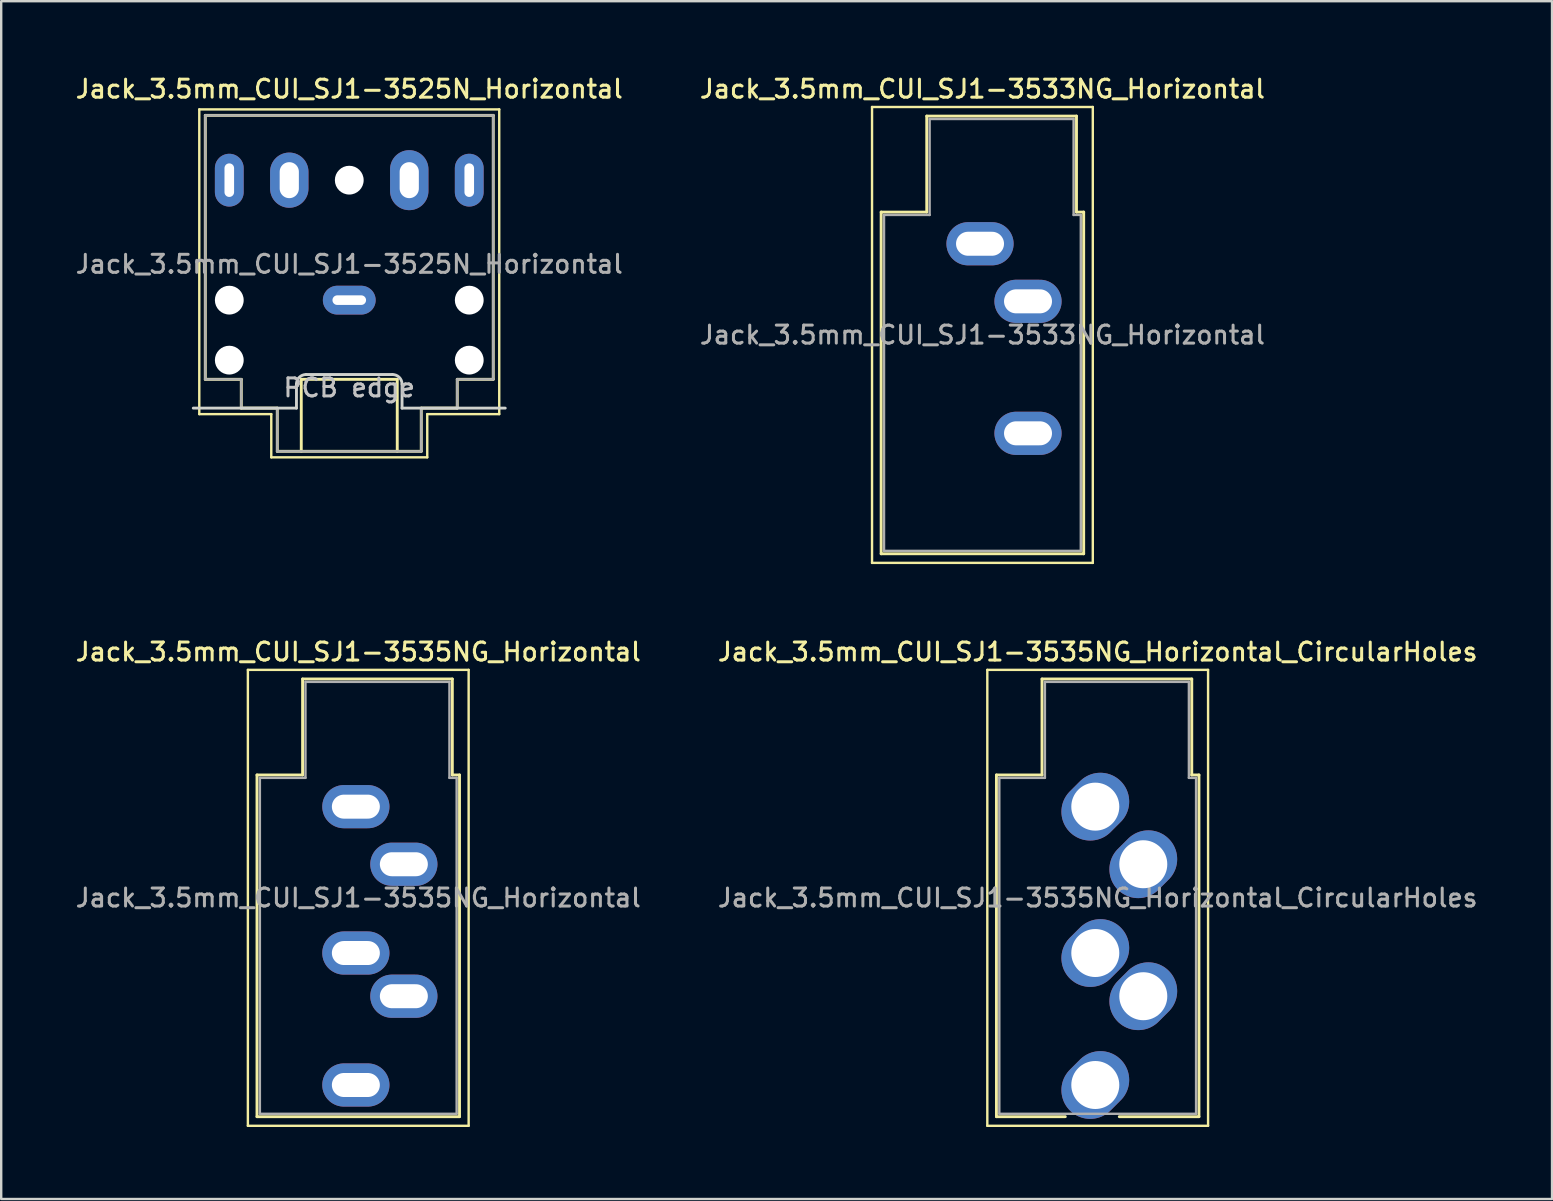
<source format=kicad_pcb>
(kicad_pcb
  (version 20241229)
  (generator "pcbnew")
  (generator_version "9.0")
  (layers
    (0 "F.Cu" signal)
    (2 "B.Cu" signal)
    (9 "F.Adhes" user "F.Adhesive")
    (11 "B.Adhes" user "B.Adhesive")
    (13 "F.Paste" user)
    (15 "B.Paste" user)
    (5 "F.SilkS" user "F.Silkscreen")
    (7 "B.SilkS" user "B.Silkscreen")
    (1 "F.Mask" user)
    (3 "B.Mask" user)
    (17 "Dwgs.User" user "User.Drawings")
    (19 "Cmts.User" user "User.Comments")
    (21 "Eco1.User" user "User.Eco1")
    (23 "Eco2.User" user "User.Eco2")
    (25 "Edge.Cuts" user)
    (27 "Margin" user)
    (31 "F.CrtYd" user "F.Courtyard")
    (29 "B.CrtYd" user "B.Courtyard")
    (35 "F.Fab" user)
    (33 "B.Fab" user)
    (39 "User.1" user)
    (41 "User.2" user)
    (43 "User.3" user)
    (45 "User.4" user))
  (footprint "Jack_3.5mm_CUI_SJ1-3535NG_Horizontal"
    (layer "F.Cu")
    (at 11.78 30.566)
    (property "Reference" "Jack_3.5mm_CUI_SJ1-3535NG_Horizontal" (at 0.1 -6.45 0) (layer "F.SilkS") (effects (font (size 0.75 0.75) (thickness 0.125))))
    (attr through_hole)
    (fp_line (start -4.5 -5.7) (end -4.5 13.3) (stroke (width 0.1) (type solid)) (layer "F.SilkS"))
    (fp_line (start -4.5 13.3) (end 4.7 13.3) (stroke (width 0.1) (type solid)) (layer "F.SilkS"))
    (fp_line (start -4.12 -1.32) (end -2.22 -1.32) (stroke (width 0.12) (type solid)) (layer "F.SilkS"))
    (fp_line (start -4.12 12.92) (end -4.12 -1.32) (stroke (width 0.12) (type solid)) (layer "F.SilkS"))
    (fp_line (start -2.22 -5.32) (end 4.02 -5.32) (stroke (width 0.12) (type solid)) (layer "F.SilkS"))
    (fp_line (start -2.22 -1.32) (end -2.22 -5.32) (stroke (width 0.12) (type solid)) (layer "F.SilkS"))
    (fp_line (start 4.02 -5.32) (end 4.02 -1.32) (stroke (width 0.12) (type solid)) (layer "F.SilkS"))
    (fp_line (start 4.02 -1.32) (end 4.32 -1.32) (stroke (width 0.12) (type solid)) (layer "F.SilkS"))
    (fp_line (start 4.32 -1.32) (end 4.32 12.92) (stroke (width 0.12) (type solid)) (layer "F.SilkS"))
    (fp_line (start 4.32 12.92) (end -4.12 12.92) (stroke (width 0.12) (type solid)) (layer "F.SilkS"))
    (fp_line (start 4.7 -5.7) (end -4.5 -5.7) (stroke (width 0.1) (type solid)) (layer "F.SilkS"))
    (fp_line (start 4.7 13.3) (end 4.7 -5.7) (stroke (width 0.1) (type solid)) (layer "F.SilkS"))
    (fp_line (start -4 -1.2) (end -2.1 -1.2) (stroke (width 0.1) (type solid)) (layer "F.Fab"))
    (fp_line (start -4 12.8) (end -4 -1.2) (stroke (width 0.1) (type solid)) (layer "F.Fab"))
    (fp_line (start -2.1 -5.2) (end 3.9 -5.2) (stroke (width 0.1) (type solid)) (layer "F.Fab"))
    (fp_line (start -2.1 -1.2) (end -2.1 -5.2) (stroke (width 0.1) (type solid)) (layer "F.Fab"))
    (fp_line (start 3.9 -5.2) (end 3.9 -1.2) (stroke (width 0.1) (type solid)) (layer "F.Fab"))
    (fp_line (start 3.9 -1.2) (end 4.2 -1.2) (stroke (width 0.1) (type solid)) (layer "F.Fab"))
    (fp_line (start 4.2 -1.2) (end 4.2 12.8) (stroke (width 0.1) (type solid)) (layer "F.Fab"))
    (fp_line (start 4.2 12.8) (end -4 12.8) (stroke (width 0.1) (type solid)) (layer "F.Fab"))
    (fp_text user "${REFERENCE}" (at 0.1 3.8 0) (layer "F.Fab") (effects (font (size 0.75 0.75) (thickness 0.125))))
    (pad "R" thru_hole oval (at 2 7.9) (size 2.8 1.8) (drill oval 2 1) (layers "*.Cu" "*.Mask"))
    (pad "RN" thru_hole oval (at 0 6.1) (size 2.8 1.8) (drill oval 2 1) (layers "*.Cu" "*.Mask"))
    (pad "S" thru_hole oval (at 0 0) (size 2.8 1.8) (drill oval 2 1) (layers "*.Cu" "*.Mask"))
    (pad "T" thru_hole oval (at 2 2.4) (size 2.8 1.8) (drill oval 2 1) (layers "*.Cu" "*.Mask"))
    (pad "TN" thru_hole oval (at 0 11.6) (size 2.8 1.8) (drill oval 2 1) (layers "*.Cu" "*.Mask")))
  (footprint "Jack_3.5mm_CUI_SJ1-3535NG_Horizontal_CircularHoles"
    (layer "F.Cu")
    (at 42.595 30.566)
    (property "Reference" "Jack_3.5mm_CUI_SJ1-3535NG_Horizontal_CircularHoles" (at 0.1 -6.45 0) (layer "F.SilkS") (effects (font (size 0.75 0.75) (thickness 0.125))))
    (attr through_hole)
    (fp_line (start -4.5 -5.7) (end -4.5 13.3) (stroke (width 0.1) (type solid)) (layer "F.SilkS"))
    (fp_line (start -4.5 13.3) (end 4.7 13.3) (stroke (width 0.1) (type solid)) (layer "F.SilkS"))
    (fp_line (start -4.12 -1.32) (end -2.22 -1.32) (stroke (width 0.12) (type solid)) (layer "F.SilkS"))
    (fp_line (start -4.12 12.92) (end -4.12 -1.32) (stroke (width 0.12) (type solid)) (layer "F.SilkS"))
    (fp_line (start -2.22 -5.32) (end 4.02 -5.32) (stroke (width 0.12) (type solid)) (layer "F.SilkS"))
    (fp_line (start -2.22 -1.32) (end -2.22 -5.32) (stroke (width 0.12) (type solid)) (layer "F.SilkS"))
    (fp_line (start -1.25 12.92) (end -4.12 12.92) (stroke (width 0.12) (type solid)) (layer "F.SilkS"))
    (fp_line (start 4.02 -5.32) (end 4.02 -1.32) (stroke (width 0.12) (type solid)) (layer "F.SilkS"))
    (fp_line (start 4.02 -1.32) (end 4.32 -1.32) (stroke (width 0.12) (type solid)) (layer "F.SilkS"))
    (fp_line (start 4.32 -1.32) (end 4.32 12.92) (stroke (width 0.12) (type solid)) (layer "F.SilkS"))
    (fp_line (start 4.32 12.92) (end 1 12.92) (stroke (width 0.12) (type solid)) (layer "F.SilkS"))
    (fp_line (start 4.7 -5.7) (end -4.5 -5.7) (stroke (width 0.1) (type solid)) (layer "F.SilkS"))
    (fp_line (start 4.7 13.3) (end 4.7 -5.7) (stroke (width 0.1) (type solid)) (layer "F.SilkS"))
    (fp_line (start -4 -1.2) (end -2.1 -1.2) (stroke (width 0.1) (type solid)) (layer "F.Fab"))
    (fp_line (start -4 12.8) (end -4 -1.2) (stroke (width 0.1) (type solid)) (layer "F.Fab"))
    (fp_line (start -2.1 -5.2) (end 3.9 -5.2) (stroke (width 0.1) (type solid)) (layer "F.Fab"))
    (fp_line (start -2.1 -1.2) (end -2.1 -5.2) (stroke (width 0.1) (type solid)) (layer "F.Fab"))
    (fp_line (start 3.9 -5.2) (end 3.9 -1.2) (stroke (width 0.1) (type solid)) (layer "F.Fab"))
    (fp_line (start 3.9 -1.2) (end 4.2 -1.2) (stroke (width 0.1) (type solid)) (layer "F.Fab"))
    (fp_line (start 4.2 -1.2) (end 4.2 12.8) (stroke (width 0.1) (type solid)) (layer "F.Fab"))
    (fp_line (start 4.2 12.8) (end -4 12.8) (stroke (width 0.1) (type solid)) (layer "F.Fab"))
    (fp_text user "${REFERENCE}" (at 0.1 3.8 0) (layer "F.Fab") (effects (font (size 0.75 0.75) (thickness 0.125))))
    (pad "R" thru_hole oval (at 2 7.9 45) (size 3 2.4) (drill 2) (layers "*.Cu" "*.Mask"))
    (pad "RN" thru_hole oval (at 0 6.1 45) (size 3 2.4) (drill 2) (layers "*.Cu" "*.Mask"))
    (pad "S" thru_hole oval (at 0 0 45) (size 3 2.4) (drill 2) (layers "*.Cu" "*.Mask"))
    (pad "T" thru_hole oval (at 2 2.4 45) (size 3 2.4) (drill 2) (layers "*.Cu" "*.Mask"))
    (pad "TN" thru_hole oval (at 0 11.6 45) (size 3 2.4) (drill 2) (layers "*.Cu" "*.Mask")))
  (footprint "Jack_3.5mm_CUI_SJ1-3533NG_Horizontal"
    (layer "F.Cu")
    (at 37.791 7.108)
    (property "Reference" "Jack_3.5mm_CUI_SJ1-3533NG_Horizontal" (at 0.1 -6.45 0) (layer "F.SilkS") (effects (font (size 0.75 0.75) (thickness 0.125))))
    (attr through_hole)
    (fp_line (start -4.5 -5.7) (end -4.5 13.3) (stroke (width 0.1) (type solid)) (layer "F.SilkS"))
    (fp_line (start -4.5 13.3) (end 4.7 13.3) (stroke (width 0.1) (type solid)) (layer "F.SilkS"))
    (fp_line (start -4.12 -1.32) (end -2.22 -1.32) (stroke (width 0.12) (type solid)) (layer "F.SilkS"))
    (fp_line (start -4.12 12.92) (end -4.12 -1.32) (stroke (width 0.12) (type solid)) (layer "F.SilkS"))
    (fp_line (start -2.22 -5.32) (end 4.02 -5.32) (stroke (width 0.12) (type solid)) (layer "F.SilkS"))
    (fp_line (start -2.22 -1.32) (end -2.22 -5.32) (stroke (width 0.12) (type solid)) (layer "F.SilkS"))
    (fp_line (start 4.02 -5.32) (end 4.02 -1.32) (stroke (width 0.12) (type solid)) (layer "F.SilkS"))
    (fp_line (start 4.02 -1.32) (end 4.32 -1.32) (stroke (width 0.12) (type solid)) (layer "F.SilkS"))
    (fp_line (start 4.32 -1.32) (end 4.32 12.92) (stroke (width 0.12) (type solid)) (layer "F.SilkS"))
    (fp_line (start 4.32 12.92) (end -4.12 12.92) (stroke (width 0.12) (type solid)) (layer "F.SilkS"))
    (fp_line (start 4.7 -5.7) (end -4.5 -5.7) (stroke (width 0.1) (type solid)) (layer "F.SilkS"))
    (fp_line (start 4.7 13.3) (end 4.7 -5.7) (stroke (width 0.1) (type solid)) (layer "F.SilkS"))
    (fp_line (start -4 -1.2) (end -2.1 -1.2) (stroke (width 0.1) (type solid)) (layer "F.Fab"))
    (fp_line (start -4 12.8) (end -4 -1.2) (stroke (width 0.1) (type solid)) (layer "F.Fab"))
    (fp_line (start -2.1 -5.2) (end 3.9 -5.2) (stroke (width 0.1) (type solid)) (layer "F.Fab"))
    (fp_line (start -2.1 -1.2) (end -2.1 -5.2) (stroke (width 0.1) (type solid)) (layer "F.Fab"))
    (fp_line (start 3.9 -5.2) (end 3.9 -1.2) (stroke (width 0.1) (type solid)) (layer "F.Fab"))
    (fp_line (start 3.9 -1.2) (end 4.2 -1.2) (stroke (width 0.1) (type solid)) (layer "F.Fab"))
    (fp_line (start 4.2 -1.2) (end 4.2 12.8) (stroke (width 0.1) (type solid)) (layer "F.Fab"))
    (fp_line (start 4.2 12.8) (end -4 12.8) (stroke (width 0.1) (type solid)) (layer "F.Fab"))
    (fp_text user "${REFERENCE}" (at 0.1 3.8 0) (layer "F.Fab") (effects (font (size 0.75 0.75) (thickness 0.125))))
    (pad "R" thru_hole oval (at 2 7.9) (size 2.8 1.8) (drill oval 2 1) (layers "*.Cu" "*.Mask"))
    (pad "S" thru_hole oval (at 0 0) (size 2.8 1.8) (drill oval 2 1) (layers "*.Cu" "*.Mask"))
    (pad "T" thru_hole oval (at 2 2.4) (size 2.8 1.8) (drill oval 2 1) (layers "*.Cu" "*.Mask")))
  (footprint "Jack_3.5mm_CUI_SJ1-3525N_Horizontal"
    (layer "F.Cu")
    (at 11.505 9.458)
    (property "Reference" "Jack_3.5mm_CUI_SJ1-3525N_Horizontal" (at 0 -8.8 0) (layer "F.SilkS") (effects (font (size 0.75 0.75) (thickness 0.125))))
    (attr through_hole exclude_from_pos_files exclude_from_bom)
    (fp_line (start -6.25 -7.95) (end -6.25 4.75) (stroke (width 0.1) (type solid)) (layer "F.SilkS"))
    (fp_line (start -6.25 4.75) (end -3.25 4.75) (stroke (width 0.1) (type solid)) (layer "F.SilkS"))
    (fp_line (start -6 -7.7) (end 6 -7.7) (stroke (width 0.12) (type solid)) (layer "F.SilkS"))
    (fp_line (start -6 3.3) (end -6 -7.7) (stroke (width 0.12) (type solid)) (layer "F.SilkS"))
    (fp_line (start -4.5 3.3) (end -6 3.3) (stroke (width 0.12) (type solid)) (layer "F.SilkS"))
    (fp_line (start -4.5 4.5) (end -4.5 3.3) (stroke (width 0.12) (type solid)) (layer "F.SilkS"))
    (fp_line (start -3.25 4.75) (end -3.25 6.55) (stroke (width 0.1) (type solid)) (layer "F.SilkS"))
    (fp_line (start -3.25 6.55) (end 3.25 6.55) (stroke (width 0.1) (type solid)) (layer "F.SilkS"))
    (fp_line (start -3 4.5) (end -4.5 4.5) (stroke (width 0.12) (type solid)) (layer "F.SilkS"))
    (fp_line (start -3 6.3) (end -3 4.5) (stroke (width 0.12) (type solid)) (layer "F.SilkS"))
    (fp_line (start -2 3.3) (end -2 6.3) (stroke (width 0.12) (type solid)) (layer "F.SilkS"))
    (fp_line (start 2 3.3) (end -2 3.3) (stroke (width 0.12) (type solid)) (layer "F.SilkS"))
    (fp_line (start 2 6.3) (end 2 3.3) (stroke (width 0.12) (type solid)) (layer "F.SilkS"))
    (fp_line (start 3 4.5) (end 3 6.3) (stroke (width 0.12) (type solid)) (layer "F.SilkS"))
    (fp_line (start 3 6.3) (end -3 6.3) (stroke (width 0.12) (type solid)) (layer "F.SilkS"))
    (fp_line (start 3.25 4.75) (end 6.25 4.75) (stroke (width 0.1) (type solid)) (layer "F.SilkS"))
    (fp_line (start 3.25 6.55) (end 3.25 4.75) (stroke (width 0.1) (type solid)) (layer "F.SilkS"))
    (fp_line (start 4.5 3.3) (end 4.5 4.5) (stroke (width 0.12) (type solid)) (layer "F.SilkS"))
    (fp_line (start 4.5 4.5) (end 3 4.5) (stroke (width 0.12) (type solid)) (layer "F.SilkS"))
    (fp_line (start 6 -7.7) (end 6 3.3) (stroke (width 0.12) (type solid)) (layer "F.SilkS"))
    (fp_line (start 6 3.3) (end 4.5 3.3) (stroke (width 0.12) (type solid)) (layer "F.SilkS"))
    (fp_line (start 6.25 -7.95) (end -6.25 -7.95) (stroke (width 0.1) (type solid)) (layer "F.SilkS"))
    (fp_line (start 6.25 4.5) (end 6.25 -7.95) (stroke (width 0.1) (type solid)) (layer "F.SilkS"))
    (fp_line (start 6.25 4.75) (end 6.25 4.5) (stroke (width 0.1) (type solid)) (layer "F.SilkS"))
    (fp_line (start -2.2 3.5) (end -2.2 4.5) (stroke (width 0.12) (type solid)) (layer "Edge.Cuts"))
    (fp_line (start -2.2 4.5) (end -6.5 4.5) (stroke (width 0.12) (type solid)) (layer "Edge.Cuts"))
    (fp_line (start 1.8 3.1) (end -1.8 3.1) (stroke (width 0.12) (type solid)) (layer "Edge.Cuts"))
    (fp_line (start 2.2 3.5) (end 2.2 4.5) (stroke (width 0.12) (type solid)) (layer "Edge.Cuts"))
    (fp_line (start 2.2 4.5) (end 6.5 4.5) (stroke (width 0.12) (type solid)) (layer "Edge.Cuts"))
    (fp_arc (start -2.2 3.5) (mid -2.082842 3.217158) (end -1.8 3.1) (stroke (width 0.12) (type solid)) (layer "Edge.Cuts"))
    (fp_arc (start 1.8 3.1) (mid 2.082843 3.217157) (end 2.2 3.5) (stroke (width 0.12) (type solid)) (layer "Edge.Cuts"))
    (fp_line (start -6 -7.7) (end 6 -7.7) (stroke (width 0.1) (type solid)) (layer "F.Fab"))
    (fp_line (start -6 3.3) (end -6 -7.7) (stroke (width 0.1) (type solid)) (layer "F.Fab"))
    (fp_line (start -4.5 3.3) (end -6 3.3) (stroke (width 0.1) (type solid)) (layer "F.Fab"))
    (fp_line (start -4.5 4.5) (end -4.5 3.3) (stroke (width 0.1) (type solid)) (layer "F.Fab"))
    (fp_line (start -4.5 4.5) (end -3 4.5) (stroke (width 0.1) (type solid)) (layer "F.Fab"))
    (fp_line (start -3 4.5) (end -3 6.3) (stroke (width 0.1) (type solid)) (layer "F.Fab"))
    (fp_line (start -3 6.3) (end 3 6.3) (stroke (width 0.1) (type solid)) (layer "F.Fab"))
    (fp_line (start 3 4.5) (end 3 6.3) (stroke (width 0.1) (type solid)) (layer "F.Fab"))
    (fp_line (start 4.5 3.3) (end 6 3.3) (stroke (width 0.1) (type solid)) (layer "F.Fab"))
    (fp_line (start 4.5 4.5) (end 3 4.5) (stroke (width 0.1) (type solid)) (layer "F.Fab"))
    (fp_line (start 4.5 4.5) (end 4.5 3.3) (stroke (width 0.1) (type solid)) (layer "F.Fab"))
    (fp_line (start 6 3.3) (end 6 -7.7) (stroke (width 0.1) (type solid)) (layer "F.Fab"))
    (fp_text user "PCB edge" (at 0 3.65 0) (unlocked yes) (layer "Dwgs.User") (effects (font (size 0.75 0.75) (thickness 0.125))))
    (fp_text user "${REFERENCE}" (at 0 -1.5 0) (layer "F.Fab") (effects (font (size 0.75 0.75) (thickness 0.125))))
    (pad "" np_thru_hole circle (at -5 0) (size 1.2 1.2) (drill 1.2) (layers "*.Cu" "*.Mask"))
    (pad "" np_thru_hole circle (at -5 2.5) (size 1.2 1.2) (drill 1.2) (layers "*.Cu" "*.Mask"))
    (pad "" np_thru_hole circle (at 0 -5) (size 1.2 1.2) (drill 1.2) (layers "*.Cu" "*.Mask"))
    (pad "" np_thru_hole circle (at 5 0) (size 1.2 1.2) (drill 1.2) (layers "*.Cu" "*.Mask"))
    (pad "" np_thru_hole circle (at 5 2.5) (size 1.2 1.2) (drill 1.2) (layers "*.Cu" "*.Mask"))
    (pad "R" thru_hole oval (at -5 -5) (size 1.2 2.2) (drill oval 0.4 1.4) (layers "*.Cu" "*.Mask"))
    (pad "RN" thru_hole oval (at -2.5 -5) (size 1.6 2.3) (drill oval 0.8 1.5) (layers "*.Cu" "*.Mask"))
    (pad "S" thru_hole oval (at 0 0) (size 2.2 1.2) (drill oval 1.4 0.4) (layers "*.Cu" "*.Mask"))
    (pad "T" thru_hole oval (at 5 -5 180) (size 1.2 2.2) (drill oval 0.4 1.4) (layers "*.Cu" "*.Mask"))
    (pad "TN" thru_hole oval (at 2.5 -5 180) (size 1.6 2.5) (drill oval 0.8 1.5) (layers "*.Cu" "*.Mask")))
  (gr_rect
    (start -3 -3)
    (end 61.629 46.916)
    (stroke (width 0.1) (type default))
    (fill no)
    (layer "Edge.Cuts")))
</source>
